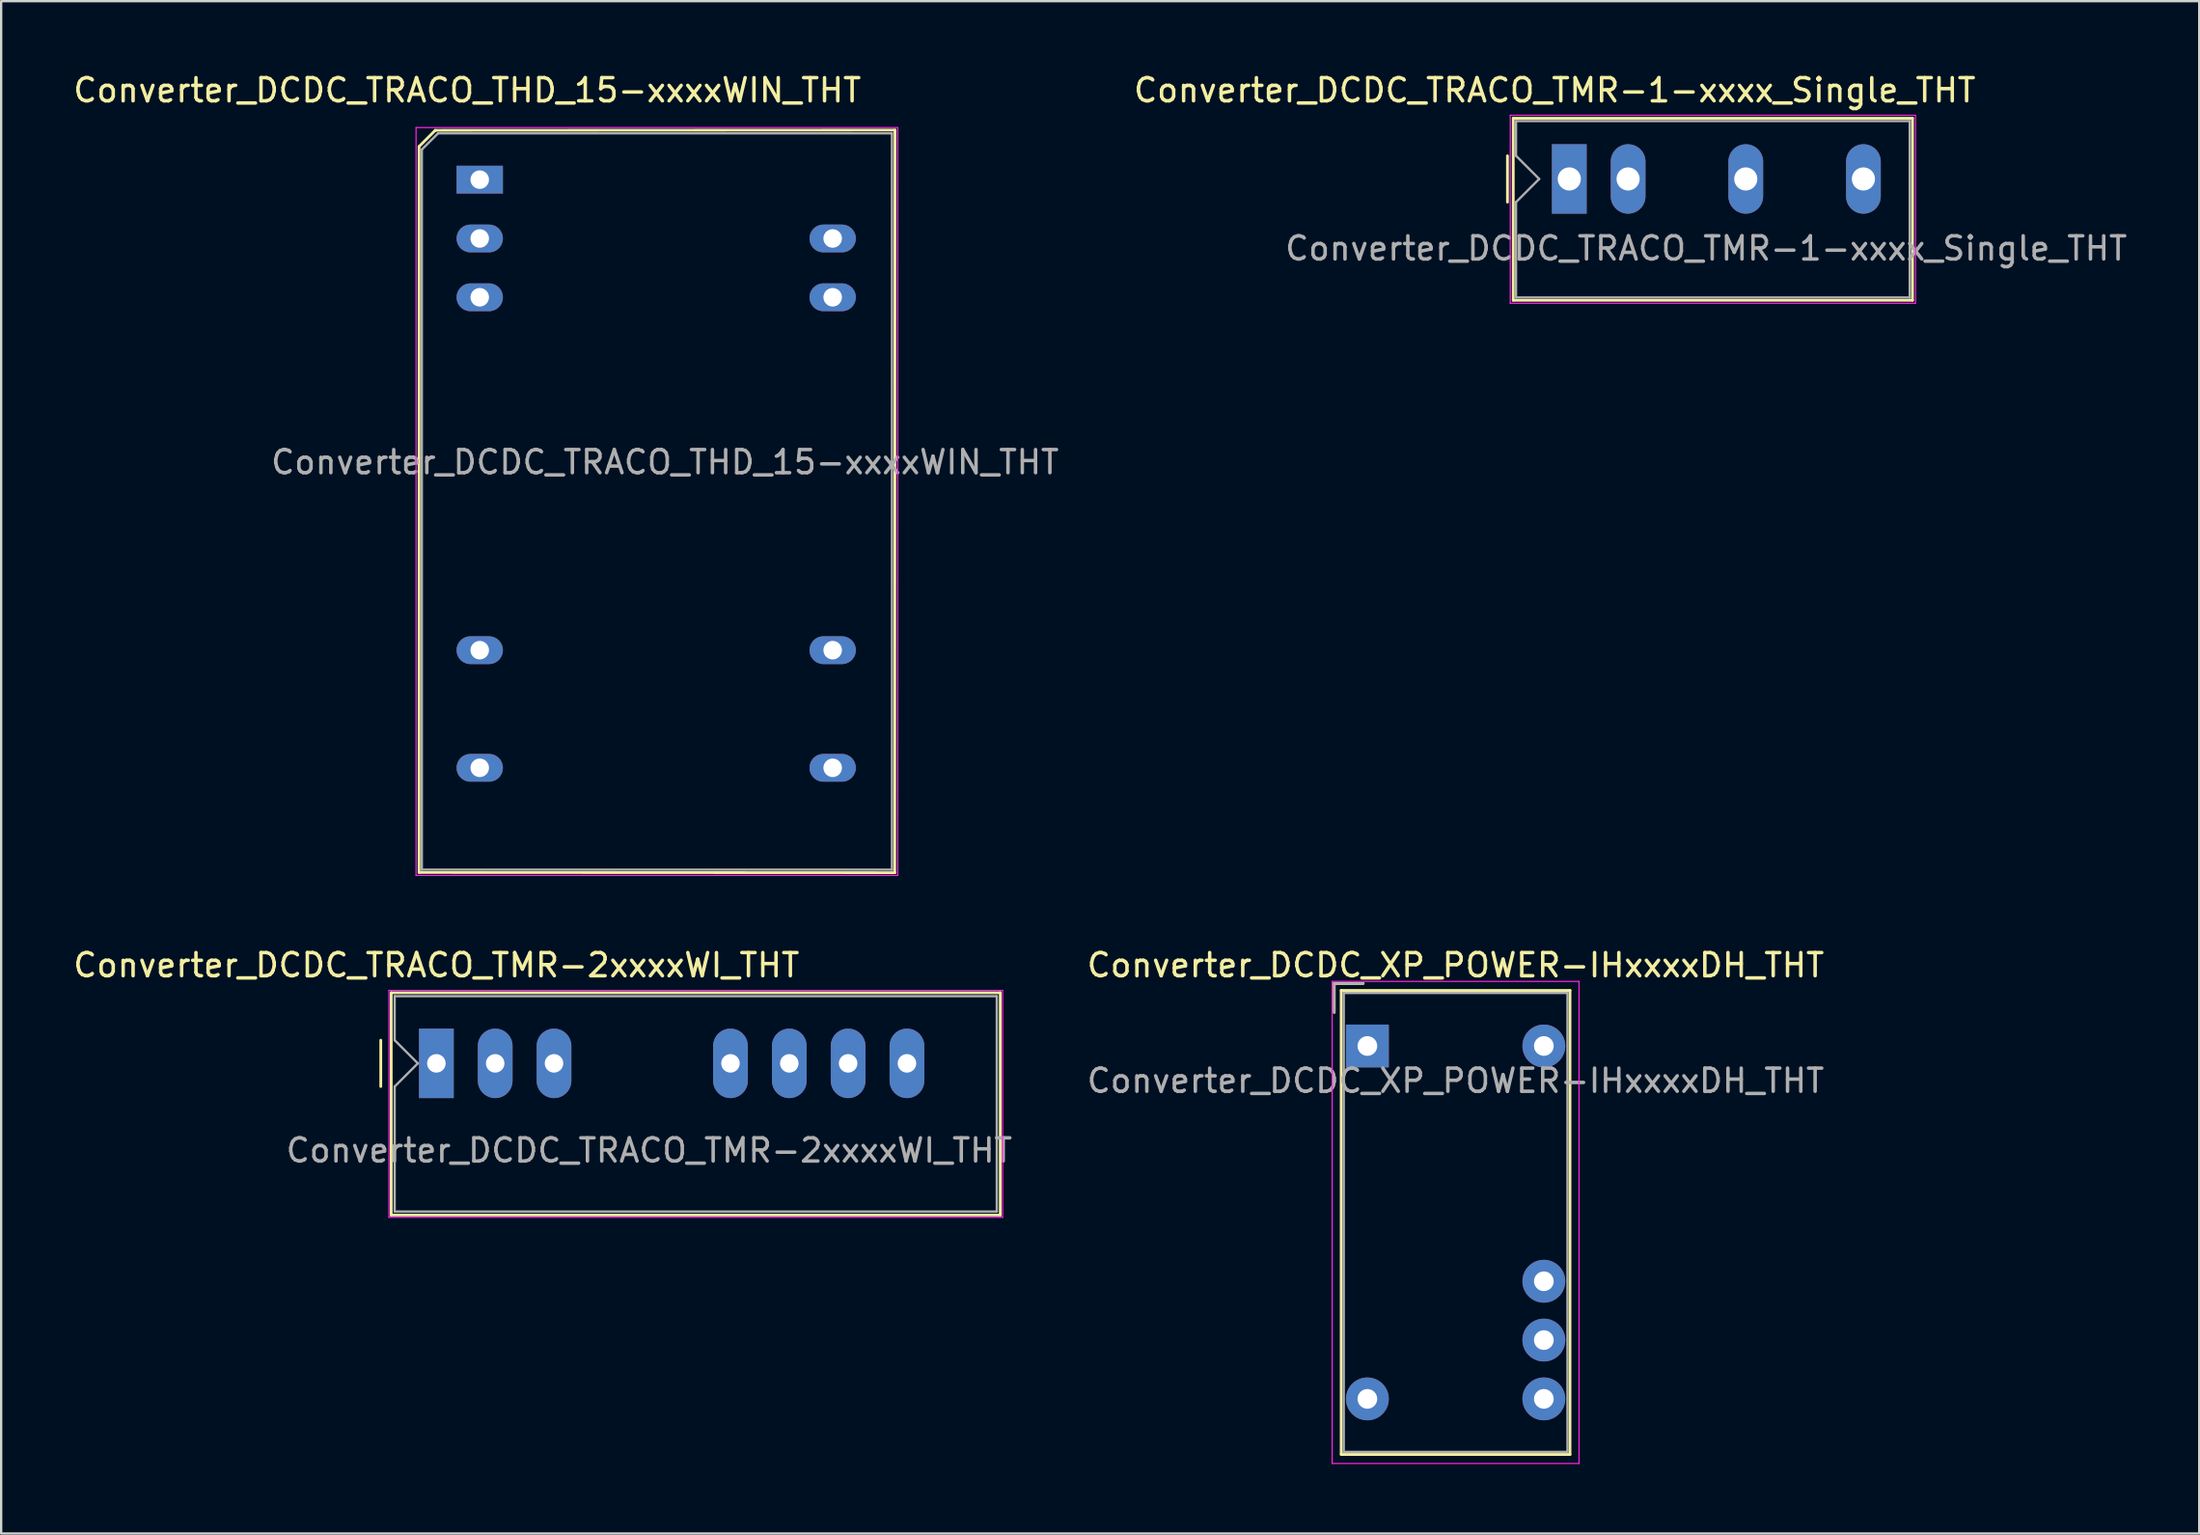
<source format=kicad_pcb>
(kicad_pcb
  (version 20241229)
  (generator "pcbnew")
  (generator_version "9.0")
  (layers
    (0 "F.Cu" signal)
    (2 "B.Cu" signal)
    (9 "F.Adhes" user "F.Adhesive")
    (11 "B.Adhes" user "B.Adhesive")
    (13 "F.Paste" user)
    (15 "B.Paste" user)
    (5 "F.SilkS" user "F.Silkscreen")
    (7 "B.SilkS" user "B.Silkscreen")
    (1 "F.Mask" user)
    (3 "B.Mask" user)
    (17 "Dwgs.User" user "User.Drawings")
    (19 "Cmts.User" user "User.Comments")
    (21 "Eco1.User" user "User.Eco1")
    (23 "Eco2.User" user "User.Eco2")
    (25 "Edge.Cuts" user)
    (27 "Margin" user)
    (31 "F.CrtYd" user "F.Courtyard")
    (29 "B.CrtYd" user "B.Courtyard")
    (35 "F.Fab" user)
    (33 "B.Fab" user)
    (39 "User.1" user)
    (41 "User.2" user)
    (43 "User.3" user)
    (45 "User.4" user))
  (footprint "Converter_DCDC_TRACO_TMR-2xxxxWI_THT"
    (layer "F.Cu")
    (at 15.792 42.871)
    (property "Reference" "Converter_DCDC_TRACO_TMR-2xxxxWI_THT" (at 0 -4.24 0) (layer "F.SilkS") (effects (font (size 1 1) (thickness 0.15))))
    (attr through_hole)
    (fp_line (start -2.4 -1) (end -2.4 1) (stroke (width 0.12) (type solid)) (layer "F.SilkS"))
    (fp_line (start -1.95 -3.05) (end 24.35 -3.05) (stroke (width 0.12) (type solid)) (layer "F.SilkS"))
    (fp_line (start -1.95 6.55) (end -1.95 -3.05) (stroke (width 0.12) (type solid)) (layer "F.SilkS"))
    (fp_line (start 24.35 -3.05) (end 24.35 6.55) (stroke (width 0.12) (type solid)) (layer "F.SilkS"))
    (fp_line (start 24.35 6.55) (end -1.95 6.55) (stroke (width 0.12) (type solid)) (layer "F.SilkS"))
    (fp_line (start -2.05 -3.15) (end -2.05 6.65) (stroke (width 0.05) (type solid)) (layer "F.CrtYd"))
    (fp_line (start -2.05 -3.15) (end 24.45 -3.15) (stroke (width 0.05) (type solid)) (layer "F.CrtYd"))
    (fp_line (start -2.05 6.65) (end 24.45 6.65) (stroke (width 0.05) (type solid)) (layer "F.CrtYd"))
    (fp_line (start 24.45 -3.15) (end 24.45 6.65) (stroke (width 0.05) (type solid)) (layer "F.CrtYd"))
    (fp_line (start -1.8 -2.9) (end -1.8 -1) (stroke (width 0.1) (type solid)) (layer "F.Fab"))
    (fp_line (start -1.8 -1) (end -0.8 0) (stroke (width 0.1) (type solid)) (layer "F.Fab"))
    (fp_line (start -1.8 1) (end -1.8 6.4) (stroke (width 0.1) (type solid)) (layer "F.Fab"))
    (fp_line (start -1.8 1) (end -0.8 0) (stroke (width 0.1) (type solid)) (layer "F.Fab"))
    (fp_line (start 24.2 -2.9) (end -1.8 -2.9) (stroke (width 0.1) (type solid)) (layer "F.Fab"))
    (fp_line (start 24.2 -2.9) (end 24.2 6.4) (stroke (width 0.1) (type solid)) (layer "F.Fab"))
    (fp_line (start 24.2 6.4) (end -1.8 6.4) (stroke (width 0.1) (type solid)) (layer "F.Fab"))
    (fp_text user "${REFERENCE}" (at 9.19 3.76 0) (layer "F.Fab") (effects (font (size 1 1) (thickness 0.15))))
    (pad "1" thru_hole rect (at 0 0) (size 1.5 3) (drill 0.8) (layers "*.Cu" "*.Mask"))
    (pad "2" thru_hole oval (at 2.54 0) (size 1.5 3) (drill 0.8) (layers "*.Cu" "*.Mask"))
    (pad "3" thru_hole oval (at 5.08 0) (size 1.5 3) (drill 0.8) (layers "*.Cu" "*.Mask"))
    (pad "6" thru_hole oval (at 12.7 0) (size 1.5 3) (drill 0.8) (layers "*.Cu" "*.Mask"))
    (pad "7" thru_hole oval (at 15.24 0) (size 1.5 3) (drill 0.8) (layers "*.Cu" "*.Mask"))
    (pad "8" thru_hole oval (at 17.78 0) (size 1.5 3) (drill 0.8) (layers "*.Cu" "*.Mask"))
    (pad "9" thru_hole oval (at 20.32 0) (size 1.5 3) (drill 0.8) (layers "*.Cu" "*.Mask")))
  (footprint "Converter_DCDC_TRACO_TMR-1-xxxx_Single_THT"
    (layer "F.Cu")
    (at 64.712 4.678)
    (property "Reference" "Converter_DCDC_TRACO_TMR-1-xxxx_Single_THT" (at -0.63 -3.83 0) (layer "F.SilkS") (effects (font (size 1 1) (thickness 0.15))))
    (attr through_hole)
    (fp_line (start -2.67 -1) (end -2.67 1) (stroke (width 0.12) (type solid)) (layer "F.SilkS"))
    (fp_line (start -2.42 -2.62) (end 14.82 -2.62) (stroke (width 0.12) (type solid)) (layer "F.SilkS"))
    (fp_line (start -2.42 5.24) (end -2.42 -2.62) (stroke (width 0.12) (type solid)) (layer "F.SilkS"))
    (fp_line (start 14.82 -2.62) (end 14.82 5.24) (stroke (width 0.12) (type solid)) (layer "F.SilkS"))
    (fp_line (start 14.82 5.24) (end -2.42 5.24) (stroke (width 0.12) (type solid)) (layer "F.SilkS"))
    (fp_line (start -2.55 -2.75) (end -2.55 5.37) (stroke (width 0.05) (type solid)) (layer "F.CrtYd"))
    (fp_line (start -2.55 -2.75) (end 14.95 -2.75) (stroke (width 0.05) (type solid)) (layer "F.CrtYd"))
    (fp_line (start -2.55 5.37) (end 14.95 5.37) (stroke (width 0.05) (type solid)) (layer "F.CrtYd"))
    (fp_line (start 14.95 -2.75) (end 14.95 5.37) (stroke (width 0.05) (type solid)) (layer "F.CrtYd"))
    (fp_line (start -2.3 -1) (end -2.3 -2.5) (stroke (width 0.1) (type solid)) (layer "F.Fab"))
    (fp_line (start -2.3 -1) (end -1.3 0) (stroke (width 0.1) (type solid)) (layer "F.Fab"))
    (fp_line (start -2.3 1) (end -2.3 5.12) (stroke (width 0.1) (type solid)) (layer "F.Fab"))
    (fp_line (start -1.3 0) (end -2.3 1) (stroke (width 0.1) (type solid)) (layer "F.Fab"))
    (fp_line (start 14.7 -2.5) (end -2.3 -2.5) (stroke (width 0.1) (type solid)) (layer "F.Fab"))
    (fp_line (start 14.7 -2.5) (end 14.7 5.12) (stroke (width 0.1) (type solid)) (layer "F.Fab"))
    (fp_line (start 14.7 5.12) (end -2.3 5.12) (stroke (width 0.1) (type solid)) (layer "F.Fab"))
    (fp_text user "${REFERENCE}" (at 5.91 3 0) (layer "F.Fab") (effects (font (size 1 1) (thickness 0.15))))
    (pad "1" thru_hole rect (at 0 0) (size 1.5 3) (drill 1) (layers "*.Cu" "*.Mask"))
    (pad "2" thru_hole oval (at 2.54 0) (size 1.5 3) (drill 1) (layers "*.Cu" "*.Mask"))
    (pad "4" thru_hole oval (at 7.62 0) (size 1.5 3) (drill 1) (layers "*.Cu" "*.Mask"))
    (pad "6" thru_hole oval (at 12.7 0) (size 1.5 3) (drill 1) (layers "*.Cu" "*.Mask")))
  (footprint "Converter_DCDC_XP_POWER-IHxxxxDH_THT"
    (layer "F.Cu")
    (at 55.993 42.121)
    (property "Reference" "Converter_DCDC_XP_POWER-IHxxxxDH_THT" (at 3.81 -3.49 0) (layer "F.SilkS") (effects (font (size 1 1) (thickness 0.15))))
    (attr through_hole)
    (fp_line (start -1.43 -2.7) (end -1.43 -1.45) (stroke (width 0.12) (type solid)) (layer "F.SilkS"))
    (fp_line (start -1.13 -2.4) (end -1.13 17.64) (stroke (width 0.12) (type solid)) (layer "F.SilkS"))
    (fp_line (start -1.13 17.64) (end 8.75 17.64) (stroke (width 0.12) (type solid)) (layer "F.SilkS"))
    (fp_line (start -0.18 -2.7) (end -1.43 -2.7) (stroke (width 0.12) (type solid)) (layer "F.SilkS"))
    (fp_line (start 8.75 -2.4) (end -1.13 -2.4) (stroke (width 0.12) (type solid)) (layer "F.SilkS"))
    (fp_line (start 8.75 17.64) (end 8.75 -2.4) (stroke (width 0.12) (type solid)) (layer "F.SilkS"))
    (fp_line (start -1.52 -2.79) (end -1.52 18.03) (stroke (width 0.05) (type solid)) (layer "F.CrtYd"))
    (fp_line (start -1.52 18.03) (end 9.14 18.03) (stroke (width 0.05) (type solid)) (layer "F.CrtYd"))
    (fp_line (start 9.14 -2.79) (end -1.52 -2.79) (stroke (width 0.05) (type solid)) (layer "F.CrtYd"))
    (fp_line (start 9.14 18.03) (end 9.14 -2.79) (stroke (width 0.05) (type solid)) (layer "F.CrtYd"))
    (fp_line (start -1.43 -2.7) (end -1.43 -1.45) (stroke (width 0.1) (type solid)) (layer "F.Fab"))
    (fp_line (start -1.02 -2.29) (end -1.02 17.53) (stroke (width 0.1) (type solid)) (layer "F.Fab"))
    (fp_line (start -1.02 17.53) (end 8.64 17.53) (stroke (width 0.1) (type solid)) (layer "F.Fab"))
    (fp_line (start -0.18 -2.7) (end -1.43 -2.7) (stroke (width 0.1) (type solid)) (layer "F.Fab"))
    (fp_line (start 8.64 -2.29) (end -1.02 -2.29) (stroke (width 0.1) (type solid)) (layer "F.Fab"))
    (fp_line (start 8.64 17.53) (end 8.64 -2.29) (stroke (width 0.1) (type solid)) (layer "F.Fab"))
    (fp_text user "${REFERENCE}" (at 3.81 1.5 0) (layer "F.Fab") (effects (font (size 1 1) (thickness 0.15))))
    (pad "1" thru_hole rect (at 0 0) (size 1.85 1.85) (drill 0.85) (layers "*.Cu" "*.Mask"))
    (pad "2" thru_hole circle (at 0 15.24) (size 1.85 1.85) (drill 0.85) (layers "*.Cu" "*.Mask"))
    (pad "3" thru_hole circle (at 7.62 0) (size 1.85 1.85) (drill 0.85) (layers "*.Cu" "*.Mask"))
    (pad "4" thru_hole circle (at 7.62 10.16) (size 1.85 1.85) (drill 0.85) (layers "*.Cu" "*.Mask"))
    (pad "5" thru_hole circle (at 7.62 15.24) (size 1.85 1.85) (drill 0.85) (layers "*.Cu" "*.Mask"))
    (pad "6" thru_hole circle (at 7.62 12.7) (size 1.85 1.85) (drill 0.85) (layers "*.Cu" "*.Mask")))
  (footprint "Converter_DCDC_TRACO_THD_15-xxxxWIN_THT"
    (layer "F.Cu")
    (at 17.665 4.708)
    (property "Reference" "Converter_DCDC_TRACO_THD_15-xxxxWIN_THT" (at -0.54 -3.86 180) (layer "F.SilkS") (effects (font (size 1 1) (thickness 0.15))))
    (attr through_hole)
    (fp_line (start -2.62 -1.43) (end -2.62 29.92) (stroke (width 0.12) (type solid)) (layer "F.SilkS"))
    (fp_line (start -2.62 29.92) (end 17.92 29.93) (stroke (width 0.12) (type solid)) (layer "F.SilkS"))
    (fp_line (start -1.92 -2.13) (end -2.62 -1.43) (stroke (width 0.12) (type solid)) (layer "F.SilkS"))
    (fp_line (start 17.92 29.93) (end 17.93 -2.14) (stroke (width 0.12) (type solid)) (layer "F.SilkS"))
    (fp_line (start 17.93 -2.14) (end -1.92 -2.13) (stroke (width 0.12) (type solid)) (layer "F.SilkS"))
    (fp_line (start -2.75 -2.25) (end 18.05 -2.25) (stroke (width 0.05) (type solid)) (layer "F.CrtYd"))
    (fp_line (start -2.75 30.05) (end -2.75 -2.25) (stroke (width 0.05) (type solid)) (layer "F.CrtYd"))
    (fp_line (start 18.05 -2.25) (end 18.05 30.05) (stroke (width 0.05) (type solid)) (layer "F.CrtYd"))
    (fp_line (start 18.05 30.05) (end -2.75 30.05) (stroke (width 0.05) (type solid)) (layer "F.CrtYd"))
    (fp_line (start -2.5 29.8) (end -2.5 -1.3) (stroke (width 0.1) (type solid)) (layer "F.Fab"))
    (fp_line (start -1.8 -2) (end -2.5 -1.3) (stroke (width 0.1) (type solid)) (layer "F.Fab"))
    (fp_line (start -1.8 -2) (end 17.8 -2) (stroke (width 0.1) (type solid)) (layer "F.Fab"))
    (fp_line (start 17.8 -2) (end 17.8 29.8) (stroke (width 0.1) (type solid)) (layer "F.Fab"))
    (fp_line (start 17.8 29.8) (end -2.5 29.8) (stroke (width 0.1) (type solid)) (layer "F.Fab"))
    (fp_text user "${REFERENCE}" (at 8 12.2 0) (layer "F.Fab") (effects (font (size 1 1) (thickness 0.15))))
    (pad "1" thru_hole rect (at 0 0) (size 2 1.2) (drill 0.8) (layers "*.Cu" "*.Mask"))
    (pad "2" thru_hole oval (at 0 2.54) (size 2 1.2) (drill 0.8) (layers "*.Cu" "*.Mask"))
    (pad "3" thru_hole oval (at 0 5.08) (size 2 1.2) (drill 0.8) (layers "*.Cu" "*.Mask"))
    (pad "9" thru_hole oval (at 0 20.32) (size 2 1.2) (drill 0.8) (layers "*.Cu" "*.Mask"))
    (pad "11" thru_hole oval (at 0 25.4) (size 2 1.2) (drill 0.8) (layers "*.Cu" "*.Mask"))
    (pad "14" thru_hole oval (at 15.24 25.4) (size 2 1.2) (drill 0.8) (layers "*.Cu" "*.Mask"))
    (pad "16" thru_hole oval (at 15.24 20.32) (size 2 1.2) (drill 0.8) (layers "*.Cu" "*.Mask"))
    (pad "22" thru_hole oval (at 15.24 5.08) (size 2 1.2) (drill 0.8) (layers "*.Cu" "*.Mask"))
    (pad "23" thru_hole oval (at 15.24 2.54) (size 2 1.2) (drill 0.8) (layers "*.Cu" "*.Mask")))
  (gr_rect
    (start -3 -3)
    (end 91.913 63.176)
    (stroke (width 0.1) (type default))
    (fill no)
    (layer "Edge.Cuts")))
</source>
